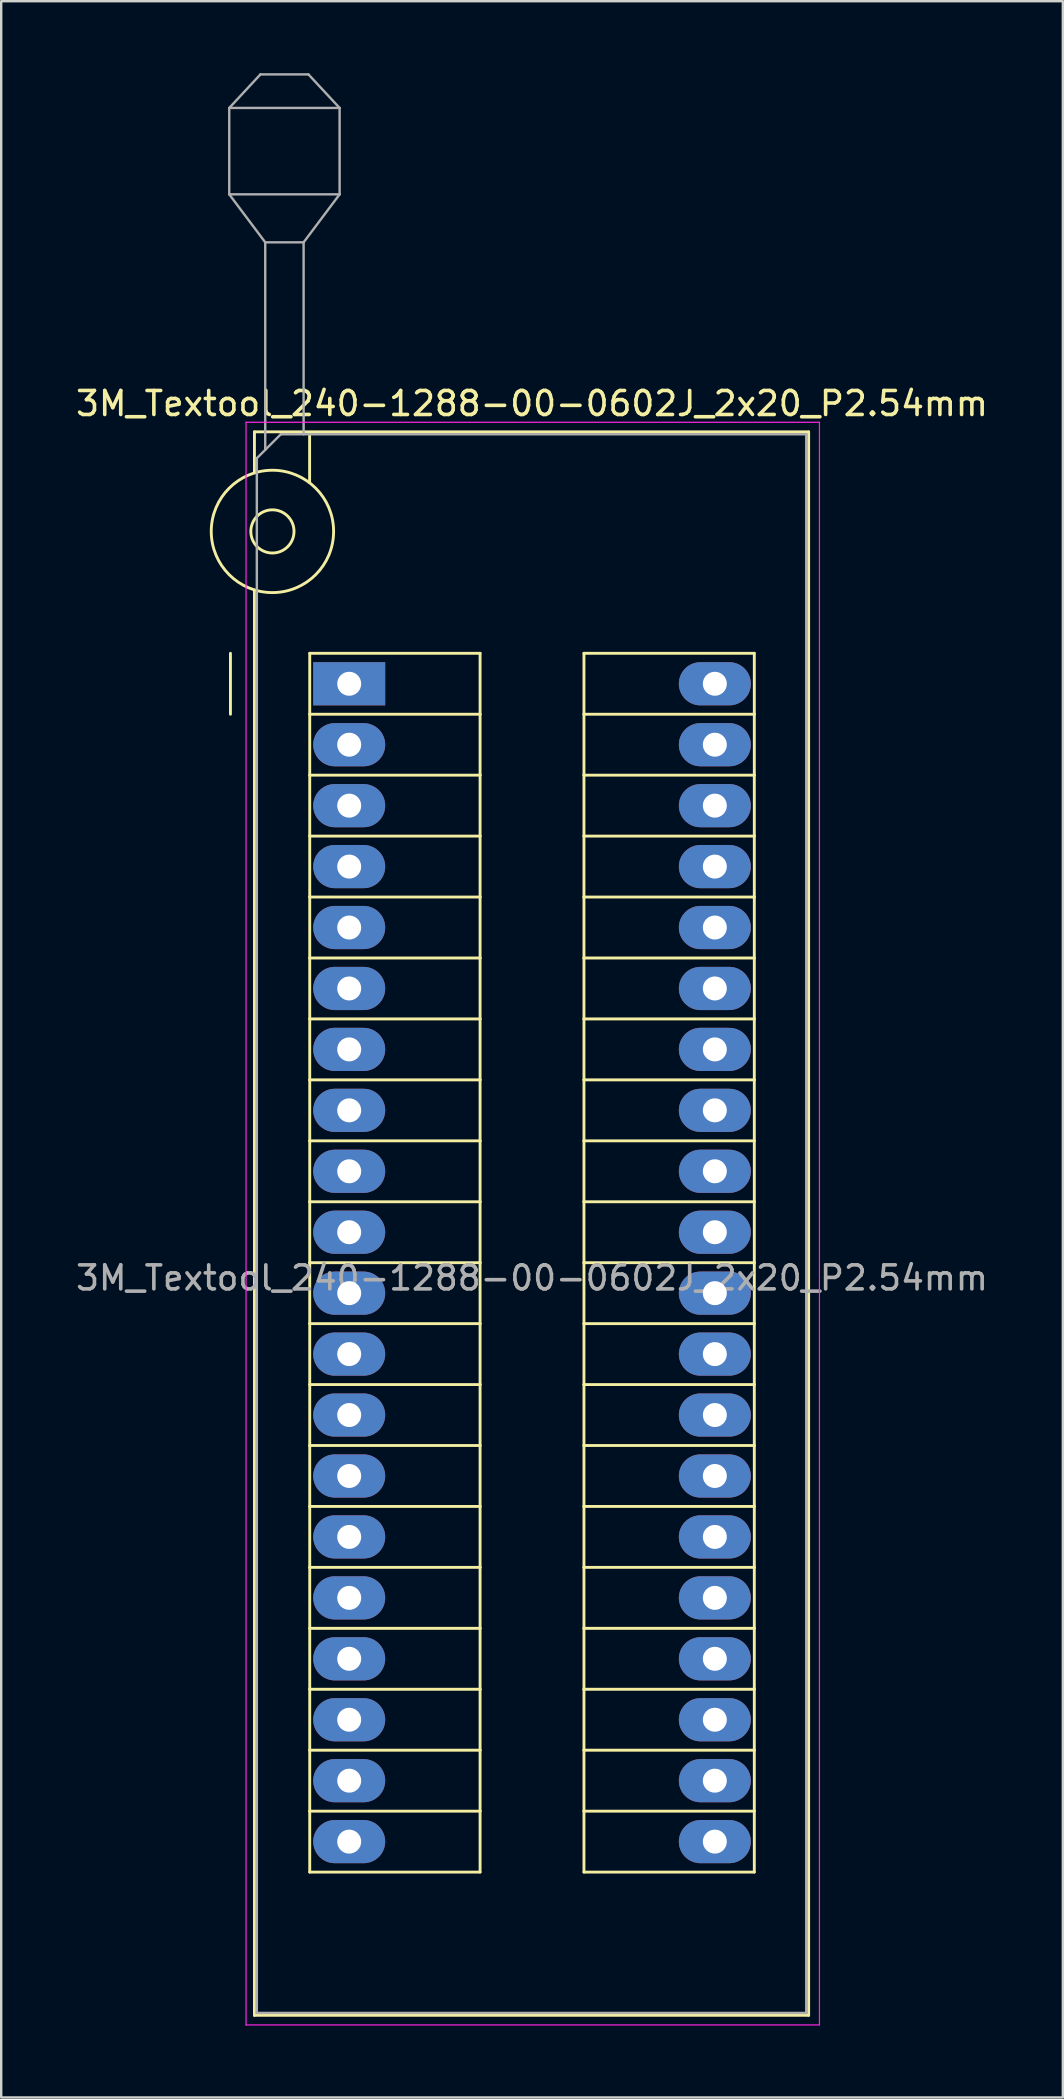
<source format=kicad_pcb>
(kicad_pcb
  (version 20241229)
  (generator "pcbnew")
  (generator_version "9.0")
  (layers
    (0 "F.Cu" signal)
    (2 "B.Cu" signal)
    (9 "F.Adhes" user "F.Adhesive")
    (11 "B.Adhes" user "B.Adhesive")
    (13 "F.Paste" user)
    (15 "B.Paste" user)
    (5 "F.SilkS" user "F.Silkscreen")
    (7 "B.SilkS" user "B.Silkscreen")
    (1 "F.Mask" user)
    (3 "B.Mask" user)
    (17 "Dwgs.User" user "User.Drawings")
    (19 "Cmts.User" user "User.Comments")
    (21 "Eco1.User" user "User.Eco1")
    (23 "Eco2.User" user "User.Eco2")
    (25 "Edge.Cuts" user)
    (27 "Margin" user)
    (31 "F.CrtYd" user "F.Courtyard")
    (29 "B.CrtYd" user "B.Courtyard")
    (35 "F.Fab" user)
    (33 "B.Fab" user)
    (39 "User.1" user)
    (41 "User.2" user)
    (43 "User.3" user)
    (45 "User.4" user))
  (footprint "3M_Textool_240-1288-00-0602J_2x20_P2.54mm"
    (layer "F.Cu")
    (at 11.505 25.45)
    (property "Reference" "3M_Textool_240-1288-00-0602J_2x20_P2.54mm" (at 7.62 -11.68 0) (layer "F.SilkS") (effects (font (size 1 1) (thickness 0.15))))
    (attr through_hole)
    (fp_line (start -4.95 1.27) (end -4.95 -1.27) (stroke (width 0.12) (type solid)) (layer "F.SilkS"))
    (fp_line (start -3.95 -10.5) (end -3.95 -8.8) (stroke (width 0.12) (type solid)) (layer "F.SilkS"))
    (fp_line (start -3.95 -3.9) (end -3.95 55.5) (stroke (width 0.12) (type solid)) (layer "F.SilkS"))
    (fp_line (start -3.95 55.5) (end 19.15 55.5) (stroke (width 0.12) (type solid)) (layer "F.SilkS"))
    (fp_line (start -1.65 -10.4) (end -1.65 -8.4) (stroke (width 0.12) (type solid)) (layer "F.SilkS"))
    (fp_line (start -1.645 -1.27) (end 5.455 -1.27) (stroke (width 0.12) (type solid)) (layer "F.SilkS"))
    (fp_line (start -1.645 1.27) (end -1.645 -1.27) (stroke (width 0.12) (type solid)) (layer "F.SilkS"))
    (fp_line (start -1.645 1.27) (end 5.455 1.27) (stroke (width 0.12) (type solid)) (layer "F.SilkS"))
    (fp_line (start -1.645 3.81) (end -1.645 1.27) (stroke (width 0.12) (type solid)) (layer "F.SilkS"))
    (fp_line (start -1.645 3.81) (end 5.455 3.81) (stroke (width 0.12) (type solid)) (layer "F.SilkS"))
    (fp_line (start -1.645 6.35) (end -1.645 3.81) (stroke (width 0.12) (type solid)) (layer "F.SilkS"))
    (fp_line (start -1.645 6.35) (end 5.455 6.35) (stroke (width 0.12) (type solid)) (layer "F.SilkS"))
    (fp_line (start -1.645 8.89) (end -1.645 6.35) (stroke (width 0.12) (type solid)) (layer "F.SilkS"))
    (fp_line (start -1.645 8.89) (end 5.455 8.89) (stroke (width 0.12) (type solid)) (layer "F.SilkS"))
    (fp_line (start -1.645 11.43) (end -1.645 8.89) (stroke (width 0.12) (type solid)) (layer "F.SilkS"))
    (fp_line (start -1.645 11.43) (end 5.455 11.43) (stroke (width 0.12) (type solid)) (layer "F.SilkS"))
    (fp_line (start -1.645 13.97) (end -1.645 11.43) (stroke (width 0.12) (type solid)) (layer "F.SilkS"))
    (fp_line (start -1.645 13.97) (end 5.455 13.97) (stroke (width 0.12) (type solid)) (layer "F.SilkS"))
    (fp_line (start -1.645 16.51) (end -1.645 13.97) (stroke (width 0.12) (type solid)) (layer "F.SilkS"))
    (fp_line (start -1.645 16.51) (end 5.455 16.51) (stroke (width 0.12) (type solid)) (layer "F.SilkS"))
    (fp_line (start -1.645 19.05) (end -1.645 16.51) (stroke (width 0.12) (type solid)) (layer "F.SilkS"))
    (fp_line (start -1.645 19.05) (end 5.455 19.05) (stroke (width 0.12) (type solid)) (layer "F.SilkS"))
    (fp_line (start -1.645 21.59) (end -1.645 19.05) (stroke (width 0.12) (type solid)) (layer "F.SilkS"))
    (fp_line (start -1.645 21.59) (end 5.455 21.59) (stroke (width 0.12) (type solid)) (layer "F.SilkS"))
    (fp_line (start -1.645 24.13) (end -1.645 21.59) (stroke (width 0.12) (type solid)) (layer "F.SilkS"))
    (fp_line (start -1.645 24.13) (end 5.455 24.13) (stroke (width 0.12) (type solid)) (layer "F.SilkS"))
    (fp_line (start -1.645 26.67) (end -1.645 24.13) (stroke (width 0.12) (type solid)) (layer "F.SilkS"))
    (fp_line (start -1.645 26.67) (end 5.455 26.67) (stroke (width 0.12) (type solid)) (layer "F.SilkS"))
    (fp_line (start -1.645 29.21) (end -1.645 26.67) (stroke (width 0.12) (type solid)) (layer "F.SilkS"))
    (fp_line (start -1.645 29.21) (end 5.455 29.21) (stroke (width 0.12) (type solid)) (layer "F.SilkS"))
    (fp_line (start -1.645 31.75) (end -1.645 29.21) (stroke (width 0.12) (type solid)) (layer "F.SilkS"))
    (fp_line (start -1.645 31.75) (end 5.455 31.75) (stroke (width 0.12) (type solid)) (layer "F.SilkS"))
    (fp_line (start -1.645 34.29) (end -1.645 31.75) (stroke (width 0.12) (type solid)) (layer "F.SilkS"))
    (fp_line (start -1.645 34.29) (end 5.455 34.29) (stroke (width 0.12) (type solid)) (layer "F.SilkS"))
    (fp_line (start -1.645 36.83) (end -1.645 34.29) (stroke (width 0.12) (type solid)) (layer "F.SilkS"))
    (fp_line (start -1.645 36.83) (end 5.455 36.83) (stroke (width 0.12) (type solid)) (layer "F.SilkS"))
    (fp_line (start -1.645 39.37) (end -1.645 36.83) (stroke (width 0.12) (type solid)) (layer "F.SilkS"))
    (fp_line (start -1.645 39.37) (end 5.455 39.37) (stroke (width 0.12) (type solid)) (layer "F.SilkS"))
    (fp_line (start -1.645 41.91) (end -1.645 39.37) (stroke (width 0.12) (type solid)) (layer "F.SilkS"))
    (fp_line (start -1.645 41.91) (end 5.455 41.91) (stroke (width 0.12) (type solid)) (layer "F.SilkS"))
    (fp_line (start -1.645 44.45) (end -1.645 41.91) (stroke (width 0.12) (type solid)) (layer "F.SilkS"))
    (fp_line (start -1.645 44.45) (end 5.455 44.45) (stroke (width 0.12) (type solid)) (layer "F.SilkS"))
    (fp_line (start -1.645 46.99) (end -1.645 44.45) (stroke (width 0.12) (type solid)) (layer "F.SilkS"))
    (fp_line (start -1.645 46.99) (end 5.455 46.99) (stroke (width 0.12) (type solid)) (layer "F.SilkS"))
    (fp_line (start -1.645 49.53) (end -1.645 46.99) (stroke (width 0.12) (type solid)) (layer "F.SilkS"))
    (fp_line (start -1.645 49.53) (end 5.455 49.53) (stroke (width 0.12) (type solid)) (layer "F.SilkS"))
    (fp_line (start 5.455 -1.27) (end 5.455 1.27) (stroke (width 0.12) (type solid)) (layer "F.SilkS"))
    (fp_line (start 5.455 1.27) (end 5.455 3.81) (stroke (width 0.12) (type solid)) (layer "F.SilkS"))
    (fp_line (start 5.455 3.81) (end 5.455 6.35) (stroke (width 0.12) (type solid)) (layer "F.SilkS"))
    (fp_line (start 5.455 6.35) (end 5.455 8.89) (stroke (width 0.12) (type solid)) (layer "F.SilkS"))
    (fp_line (start 5.455 8.89) (end 5.455 11.43) (stroke (width 0.12) (type solid)) (layer "F.SilkS"))
    (fp_line (start 5.455 11.43) (end 5.455 13.97) (stroke (width 0.12) (type solid)) (layer "F.SilkS"))
    (fp_line (start 5.455 13.97) (end 5.455 16.51) (stroke (width 0.12) (type solid)) (layer "F.SilkS"))
    (fp_line (start 5.455 16.51) (end 5.455 19.05) (stroke (width 0.12) (type solid)) (layer "F.SilkS"))
    (fp_line (start 5.455 19.05) (end 5.455 21.59) (stroke (width 0.12) (type solid)) (layer "F.SilkS"))
    (fp_line (start 5.455 21.59) (end 5.455 24.13) (stroke (width 0.12) (type solid)) (layer "F.SilkS"))
    (fp_line (start 5.455 24.13) (end 5.455 26.67) (stroke (width 0.12) (type solid)) (layer "F.SilkS"))
    (fp_line (start 5.455 26.67) (end 5.455 29.21) (stroke (width 0.12) (type solid)) (layer "F.SilkS"))
    (fp_line (start 5.455 29.21) (end 5.455 31.75) (stroke (width 0.12) (type solid)) (layer "F.SilkS"))
    (fp_line (start 5.455 31.75) (end 5.455 34.29) (stroke (width 0.12) (type solid)) (layer "F.SilkS"))
    (fp_line (start 5.455 34.29) (end 5.455 36.83) (stroke (width 0.12) (type solid)) (layer "F.SilkS"))
    (fp_line (start 5.455 36.83) (end 5.455 39.37) (stroke (width 0.12) (type solid)) (layer "F.SilkS"))
    (fp_line (start 5.455 39.37) (end 5.455 41.91) (stroke (width 0.12) (type solid)) (layer "F.SilkS"))
    (fp_line (start 5.455 41.91) (end 5.455 44.45) (stroke (width 0.12) (type solid)) (layer "F.SilkS"))
    (fp_line (start 5.455 44.45) (end 5.455 46.99) (stroke (width 0.12) (type solid)) (layer "F.SilkS"))
    (fp_line (start 5.455 46.99) (end 5.455 49.53) (stroke (width 0.12) (type solid)) (layer "F.SilkS"))
    (fp_line (start 9.785 -1.27) (end 16.885 -1.27) (stroke (width 0.12) (type solid)) (layer "F.SilkS"))
    (fp_line (start 9.785 1.27) (end 9.785 -1.27) (stroke (width 0.12) (type solid)) (layer "F.SilkS"))
    (fp_line (start 9.785 1.27) (end 16.885 1.27) (stroke (width 0.12) (type solid)) (layer "F.SilkS"))
    (fp_line (start 9.785 3.81) (end 9.785 1.27) (stroke (width 0.12) (type solid)) (layer "F.SilkS"))
    (fp_line (start 9.785 3.81) (end 16.885 3.81) (stroke (width 0.12) (type solid)) (layer "F.SilkS"))
    (fp_line (start 9.785 6.35) (end 9.785 3.81) (stroke (width 0.12) (type solid)) (layer "F.SilkS"))
    (fp_line (start 9.785 6.35) (end 16.885 6.35) (stroke (width 0.12) (type solid)) (layer "F.SilkS"))
    (fp_line (start 9.785 8.89) (end 9.785 6.35) (stroke (width 0.12) (type solid)) (layer "F.SilkS"))
    (fp_line (start 9.785 8.89) (end 16.885 8.89) (stroke (width 0.12) (type solid)) (layer "F.SilkS"))
    (fp_line (start 9.785 11.43) (end 9.785 8.89) (stroke (width 0.12) (type solid)) (layer "F.SilkS"))
    (fp_line (start 9.785 11.43) (end 16.885 11.43) (stroke (width 0.12) (type solid)) (layer "F.SilkS"))
    (fp_line (start 9.785 13.97) (end 9.785 11.43) (stroke (width 0.12) (type solid)) (layer "F.SilkS"))
    (fp_line (start 9.785 13.97) (end 16.885 13.97) (stroke (width 0.12) (type solid)) (layer "F.SilkS"))
    (fp_line (start 9.785 16.51) (end 9.785 13.97) (stroke (width 0.12) (type solid)) (layer "F.SilkS"))
    (fp_line (start 9.785 16.51) (end 16.885 16.51) (stroke (width 0.12) (type solid)) (layer "F.SilkS"))
    (fp_line (start 9.785 19.05) (end 9.785 16.51) (stroke (width 0.12) (type solid)) (layer "F.SilkS"))
    (fp_line (start 9.785 19.05) (end 16.885 19.05) (stroke (width 0.12) (type solid)) (layer "F.SilkS"))
    (fp_line (start 9.785 21.59) (end 9.785 19.05) (stroke (width 0.12) (type solid)) (layer "F.SilkS"))
    (fp_line (start 9.785 21.59) (end 16.885 21.59) (stroke (width 0.12) (type solid)) (layer "F.SilkS"))
    (fp_line (start 9.785 24.13) (end 9.785 21.59) (stroke (width 0.12) (type solid)) (layer "F.SilkS"))
    (fp_line (start 9.785 24.13) (end 16.885 24.13) (stroke (width 0.12) (type solid)) (layer "F.SilkS"))
    (fp_line (start 9.785 26.67) (end 9.785 24.13) (stroke (width 0.12) (type solid)) (layer "F.SilkS"))
    (fp_line (start 9.785 26.67) (end 16.885 26.67) (stroke (width 0.12) (type solid)) (layer "F.SilkS"))
    (fp_line (start 9.785 29.21) (end 9.785 26.67) (stroke (width 0.12) (type solid)) (layer "F.SilkS"))
    (fp_line (start 9.785 29.21) (end 16.885 29.21) (stroke (width 0.12) (type solid)) (layer "F.SilkS"))
    (fp_line (start 9.785 31.75) (end 9.785 29.21) (stroke (width 0.12) (type solid)) (layer "F.SilkS"))
    (fp_line (start 9.785 31.75) (end 16.885 31.75) (stroke (width 0.12) (type solid)) (layer "F.SilkS"))
    (fp_line (start 9.785 34.29) (end 9.785 31.75) (stroke (width 0.12) (type solid)) (layer "F.SilkS"))
    (fp_line (start 9.785 34.29) (end 16.885 34.29) (stroke (width 0.12) (type solid)) (layer "F.SilkS"))
    (fp_line (start 9.785 36.83) (end 9.785 34.29) (stroke (width 0.12) (type solid)) (layer "F.SilkS"))
    (fp_line (start 9.785 36.83) (end 16.885 36.83) (stroke (width 0.12) (type solid)) (layer "F.SilkS"))
    (fp_line (start 9.785 39.37) (end 9.785 36.83) (stroke (width 0.12) (type solid)) (layer "F.SilkS"))
    (fp_line (start 9.785 39.37) (end 16.885 39.37) (stroke (width 0.12) (type solid)) (layer "F.SilkS"))
    (fp_line (start 9.785 41.91) (end 9.785 39.37) (stroke (width 0.12) (type solid)) (layer "F.SilkS"))
    (fp_line (start 9.785 41.91) (end 16.885 41.91) (stroke (width 0.12) (type solid)) (layer "F.SilkS"))
    (fp_line (start 9.785 44.45) (end 9.785 41.91) (stroke (width 0.12) (type solid)) (layer "F.SilkS"))
    (fp_line (start 9.785 44.45) (end 16.885 44.45) (stroke (width 0.12) (type solid)) (layer "F.SilkS"))
    (fp_line (start 9.785 46.99) (end 9.785 44.45) (stroke (width 0.12) (type solid)) (layer "F.SilkS"))
    (fp_line (start 9.785 46.99) (end 16.885 46.99) (stroke (width 0.12) (type solid)) (layer "F.SilkS"))
    (fp_line (start 9.785 49.53) (end 9.785 46.99) (stroke (width 0.12) (type solid)) (layer "F.SilkS"))
    (fp_line (start 9.785 49.53) (end 16.885 49.53) (stroke (width 0.12) (type solid)) (layer "F.SilkS"))
    (fp_line (start 16.885 -1.27) (end 16.885 1.27) (stroke (width 0.12) (type solid)) (layer "F.SilkS"))
    (fp_line (start 16.885 1.27) (end 16.885 3.81) (stroke (width 0.12) (type solid)) (layer "F.SilkS"))
    (fp_line (start 16.885 3.81) (end 16.885 6.35) (stroke (width 0.12) (type solid)) (layer "F.SilkS"))
    (fp_line (start 16.885 6.35) (end 16.885 8.89) (stroke (width 0.12) (type solid)) (layer "F.SilkS"))
    (fp_line (start 16.885 8.89) (end 16.885 11.43) (stroke (width 0.12) (type solid)) (layer "F.SilkS"))
    (fp_line (start 16.885 11.43) (end 16.885 13.97) (stroke (width 0.12) (type solid)) (layer "F.SilkS"))
    (fp_line (start 16.885 13.97) (end 16.885 16.51) (stroke (width 0.12) (type solid)) (layer "F.SilkS"))
    (fp_line (start 16.885 16.51) (end 16.885 19.05) (stroke (width 0.12) (type solid)) (layer "F.SilkS"))
    (fp_line (start 16.885 19.05) (end 16.885 21.59) (stroke (width 0.12) (type solid)) (layer "F.SilkS"))
    (fp_line (start 16.885 21.59) (end 16.885 24.13) (stroke (width 0.12) (type solid)) (layer "F.SilkS"))
    (fp_line (start 16.885 24.13) (end 16.885 26.67) (stroke (width 0.12) (type solid)) (layer "F.SilkS"))
    (fp_line (start 16.885 26.67) (end 16.885 29.21) (stroke (width 0.12) (type solid)) (layer "F.SilkS"))
    (fp_line (start 16.885 29.21) (end 16.885 31.75) (stroke (width 0.12) (type solid)) (layer "F.SilkS"))
    (fp_line (start 16.885 31.75) (end 16.885 34.29) (stroke (width 0.12) (type solid)) (layer "F.SilkS"))
    (fp_line (start 16.885 34.29) (end 16.885 36.83) (stroke (width 0.12) (type solid)) (layer "F.SilkS"))
    (fp_line (start 16.885 36.83) (end 16.885 39.37) (stroke (width 0.12) (type solid)) (layer "F.SilkS"))
    (fp_line (start 16.885 39.37) (end 16.885 41.91) (stroke (width 0.12) (type solid)) (layer "F.SilkS"))
    (fp_line (start 16.885 41.91) (end 16.885 44.45) (stroke (width 0.12) (type solid)) (layer "F.SilkS"))
    (fp_line (start 16.885 44.45) (end 16.885 46.99) (stroke (width 0.12) (type solid)) (layer "F.SilkS"))
    (fp_line (start 16.885 46.99) (end 16.885 49.53) (stroke (width 0.12) (type solid)) (layer "F.SilkS"))
    (fp_line (start 19.15 -10.5) (end -3.95 -10.5) (stroke (width 0.12) (type solid)) (layer "F.SilkS"))
    (fp_line (start 19.15 55.5) (end 19.15 -10.5) (stroke (width 0.12) (type solid)) (layer "F.SilkS"))
    (fp_circle (center -3.2 -6.35) (end -2.3 -6.35) (stroke (width 0.12) (type solid)) (fill no) (layer "F.SilkS"))
    (fp_circle (center -3.2 -6.35) (end -0.65 -6.35) (stroke (width 0.12) (type solid)) (fill no) (layer "F.SilkS"))
    (fp_line (start -4.3 55.9) (end -4.3 -10.9) (stroke (width 0.05) (type solid)) (layer "F.CrtYd"))
    (fp_line (start 19.6 -10.9) (end -4.3 -10.9) (stroke (width 0.05) (type solid)) (layer "F.CrtYd"))
    (fp_line (start 19.6 55.9) (end -4.3 55.9) (stroke (width 0.05) (type solid)) (layer "F.CrtYd"))
    (fp_line (start 19.6 55.9) (end 19.6 -10.9) (stroke (width 0.05) (type solid)) (layer "F.CrtYd"))
    (fp_line (start -5 -24) (end -0.4 -24) (stroke (width 0.1) (type solid)) (layer "F.Fab"))
    (fp_line (start -5 -20.4) (end -5 -24) (stroke (width 0.1) (type solid)) (layer "F.Fab"))
    (fp_line (start -5 -20.4) (end -3.5 -18.4) (stroke (width 0.1) (type solid)) (layer "F.Fab"))
    (fp_line (start -5 -20.4) (end -0.4 -20.4) (stroke (width 0.1) (type solid)) (layer "F.Fab"))
    (fp_line (start -3.85 -9.4) (end -2.85 -10.4) (stroke (width 0.1) (type solid)) (layer "F.Fab"))
    (fp_line (start -3.85 55.4) (end -3.85 -9.4) (stroke (width 0.1) (type solid)) (layer "F.Fab"))
    (fp_line (start -3.85 55.4) (end 19.05 55.4) (stroke (width 0.1) (type solid)) (layer "F.Fab"))
    (fp_line (start -3.7 -25.4) (end -5 -24) (stroke (width 0.1) (type solid)) (layer "F.Fab"))
    (fp_line (start -3.7 -25.4) (end -1.7 -25.4) (stroke (width 0.1) (type solid)) (layer "F.Fab"))
    (fp_line (start -3.5 -18.4) (end -3.5 -9.75) (stroke (width 0.1) (type solid)) (layer "F.Fab"))
    (fp_line (start -2.85 -10.4) (end 19.05 -10.4) (stroke (width 0.1) (type solid)) (layer "F.Fab"))
    (fp_line (start -1.9 -18.4) (end -3.5 -18.4) (stroke (width 0.1) (type solid)) (layer "F.Fab"))
    (fp_line (start -1.9 -18.4) (end -1.9 -10.4) (stroke (width 0.1) (type solid)) (layer "F.Fab"))
    (fp_line (start -1.7 -25.4) (end -0.4 -24) (stroke (width 0.1) (type solid)) (layer "F.Fab"))
    (fp_line (start -0.4 -20.4) (end -1.9 -18.4) (stroke (width 0.1) (type solid)) (layer "F.Fab"))
    (fp_line (start -0.4 -20.4) (end -0.4 -24) (stroke (width 0.1) (type solid)) (layer "F.Fab"))
    (fp_line (start 19.05 55.4) (end 19.05 -10.4) (stroke (width 0.1) (type solid)) (layer "F.Fab"))
    (fp_text user "${REFERENCE}" (at 7.62 24.765 0) (layer "F.Fab") (effects (font (size 1 1) (thickness 0.15))))
    (pad "1" thru_hole rect (at 0 0) (size 3 1.8) (drill 1) (layers "*.Cu" "*.Mask"))
    (pad "2" thru_hole oval (at 0 2.54) (size 3 1.8) (drill 1) (layers "*.Cu" "*.Mask"))
    (pad "3" thru_hole oval (at 0 5.08) (size 3 1.8) (drill 1) (layers "*.Cu" "*.Mask"))
    (pad "4" thru_hole oval (at 0 7.62) (size 3 1.8) (drill 1) (layers "*.Cu" "*.Mask"))
    (pad "5" thru_hole oval (at 0 10.16) (size 3 1.8) (drill 1) (layers "*.Cu" "*.Mask"))
    (pad "6" thru_hole oval (at 0 12.7) (size 3 1.8) (drill 1) (layers "*.Cu" "*.Mask"))
    (pad "7" thru_hole oval (at 0 15.24) (size 3 1.8) (drill 1) (layers "*.Cu" "*.Mask"))
    (pad "8" thru_hole oval (at 0 17.78) (size 3 1.8) (drill 1) (layers "*.Cu" "*.Mask"))
    (pad "9" thru_hole oval (at 0 20.32) (size 3 1.8) (drill 1) (layers "*.Cu" "*.Mask"))
    (pad "10" thru_hole oval (at 0 22.86) (size 3 1.8) (drill 1) (layers "*.Cu" "*.Mask"))
    (pad "11" thru_hole oval (at 0 25.4) (size 3 1.8) (drill 1) (layers "*.Cu" "*.Mask"))
    (pad "12" thru_hole oval (at 0 27.94) (size 3 1.8) (drill 1) (layers "*.Cu" "*.Mask"))
    (pad "13" thru_hole oval (at 0 30.48) (size 3 1.8) (drill 1) (layers "*.Cu" "*.Mask"))
    (pad "14" thru_hole oval (at 0 33.02) (size 3 1.8) (drill 1) (layers "*.Cu" "*.Mask"))
    (pad "15" thru_hole oval (at 0 35.56) (size 3 1.8) (drill 1) (layers "*.Cu" "*.Mask"))
    (pad "16" thru_hole oval (at 0 38.1) (size 3 1.8) (drill 1) (layers "*.Cu" "*.Mask"))
    (pad "17" thru_hole oval (at 0 40.64) (size 3 1.8) (drill 1) (layers "*.Cu" "*.Mask"))
    (pad "18" thru_hole oval (at 0 43.18) (size 3 1.8) (drill 1) (layers "*.Cu" "*.Mask"))
    (pad "19" thru_hole oval (at 0 45.72) (size 3 1.8) (drill 1) (layers "*.Cu" "*.Mask"))
    (pad "20" thru_hole oval (at 0 48.26) (size 3 1.8) (drill 1) (layers "*.Cu" "*.Mask"))
    (pad "21" thru_hole oval (at 15.24 48.26) (size 3 1.8) (drill 1) (layers "*.Cu" "*.Mask"))
    (pad "22" thru_hole oval (at 15.24 45.72) (size 3 1.8) (drill 1) (layers "*.Cu" "*.Mask"))
    (pad "23" thru_hole oval (at 15.24 43.18) (size 3 1.8) (drill 1) (layers "*.Cu" "*.Mask"))
    (pad "24" thru_hole oval (at 15.24 40.64) (size 3 1.8) (drill 1) (layers "*.Cu" "*.Mask"))
    (pad "25" thru_hole oval (at 15.24 38.1) (size 3 1.8) (drill 1) (layers "*.Cu" "*.Mask"))
    (pad "26" thru_hole oval (at 15.24 35.56) (size 3 1.8) (drill 1) (layers "*.Cu" "*.Mask"))
    (pad "27" thru_hole oval (at 15.24 33.02) (size 3 1.8) (drill 1) (layers "*.Cu" "*.Mask"))
    (pad "28" thru_hole oval (at 15.24 30.48) (size 3 1.8) (drill 1) (layers "*.Cu" "*.Mask"))
    (pad "29" thru_hole oval (at 15.24 27.94) (size 3 1.8) (drill 1) (layers "*.Cu" "*.Mask"))
    (pad "30" thru_hole oval (at 15.24 25.4) (size 3 1.8) (drill 1) (layers "*.Cu" "*.Mask"))
    (pad "31" thru_hole oval (at 15.24 22.86) (size 3 1.8) (drill 1) (layers "*.Cu" "*.Mask"))
    (pad "32" thru_hole oval (at 15.24 20.32) (size 3 1.8) (drill 1) (layers "*.Cu" "*.Mask"))
    (pad "33" thru_hole oval (at 15.24 17.78) (size 3 1.8) (drill 1) (layers "*.Cu" "*.Mask"))
    (pad "34" thru_hole oval (at 15.24 15.24) (size 3 1.8) (drill 1) (layers "*.Cu" "*.Mask"))
    (pad "35" thru_hole oval (at 15.24 12.7) (size 3 1.8) (drill 1) (layers "*.Cu" "*.Mask"))
    (pad "36" thru_hole oval (at 15.24 10.16) (size 3 1.8) (drill 1) (layers "*.Cu" "*.Mask"))
    (pad "37" thru_hole oval (at 15.24 7.62) (size 3 1.8) (drill 1) (layers "*.Cu" "*.Mask"))
    (pad "38" thru_hole oval (at 15.24 5.08) (size 3 1.8) (drill 1) (layers "*.Cu" "*.Mask"))
    (pad "39" thru_hole oval (at 15.24 2.54) (size 3 1.8) (drill 1) (layers "*.Cu" "*.Mask"))
    (pad "40" thru_hole oval (at 15.24 0) (size 3 1.8) (drill 1) (layers "*.Cu" "*.Mask")))
  (gr_rect
    (start -3 -3)
    (end 41.25 84.375)
    (stroke (width 0.1) (type default))
    (fill no)
    (layer "Edge.Cuts")))
</source>
